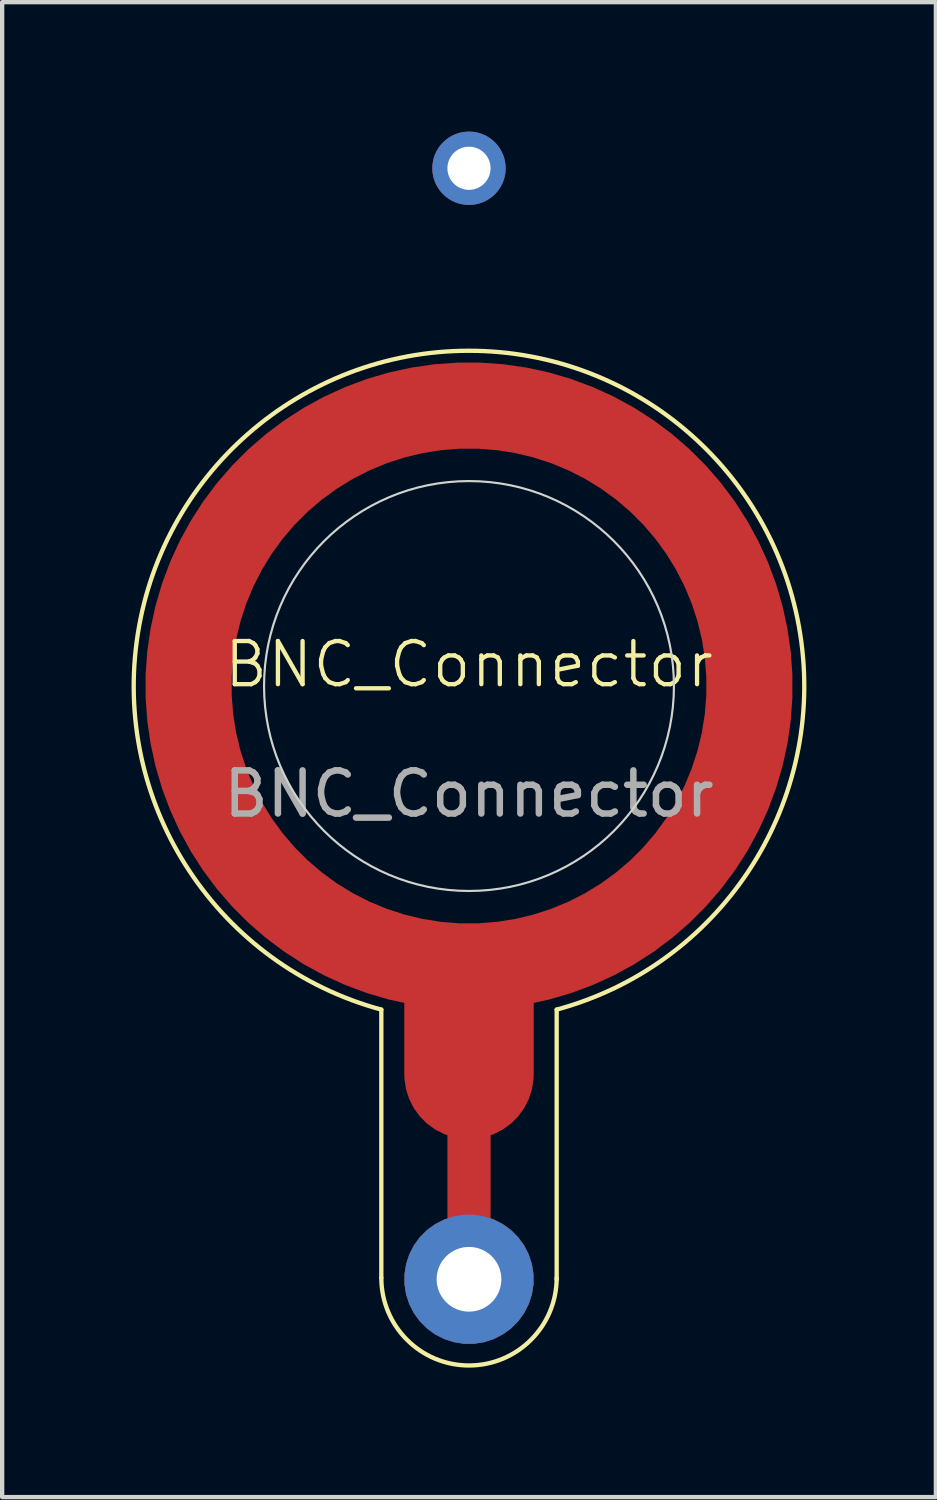
<source format=kicad_pcb>
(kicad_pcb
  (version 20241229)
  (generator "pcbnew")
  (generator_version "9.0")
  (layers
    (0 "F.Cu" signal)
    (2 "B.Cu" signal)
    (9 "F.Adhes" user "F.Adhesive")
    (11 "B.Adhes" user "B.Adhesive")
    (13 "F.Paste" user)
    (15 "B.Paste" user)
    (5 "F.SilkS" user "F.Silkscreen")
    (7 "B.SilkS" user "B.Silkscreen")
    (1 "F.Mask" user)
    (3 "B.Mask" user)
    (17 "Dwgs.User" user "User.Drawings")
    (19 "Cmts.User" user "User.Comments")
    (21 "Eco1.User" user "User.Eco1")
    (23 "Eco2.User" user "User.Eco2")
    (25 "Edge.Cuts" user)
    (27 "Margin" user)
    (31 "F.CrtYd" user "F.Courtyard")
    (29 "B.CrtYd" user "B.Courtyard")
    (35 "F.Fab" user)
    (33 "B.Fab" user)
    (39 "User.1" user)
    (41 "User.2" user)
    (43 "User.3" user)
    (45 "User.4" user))
  (footprint "BNC_Connector"
    (layer "F.Cu")
    (at 7.82 12.85)
    (property "Reference" "BNC_Connector" (at 0 -0.5 0) (unlocked yes) (layer "F.SilkS") (effects (font (size 1 1) (thickness 0.1))))
    (attr through_hole)
    (fp_line (start -2.032 13.716) (end -2.032 7.5) (stroke (width 0.1) (type default)) (layer "F.SilkS"))
    (fp_line (start 2.032 13.75) (end 2.032 7.5) (stroke (width 0.1) (type default)) (layer "F.SilkS"))
    (fp_arc (start -2.032 7.5) (mid 0 -7.770394) (end 2.032 7.5) (stroke (width 0.1) (type default)) (layer "F.SilkS"))
    (fp_arc (start 2.032 13.716) (mid 0 15.748) (end -2.032 13.716) (stroke (width 0.1) (type default)) (layer "F.SilkS"))
    (fp_circle (center 0 0) (end 4.75 0) (stroke (width 0.05) (type default)) (fill no) (layer "Edge.Cuts"))
    (fp_text user "${REFERENCE}" (at 0 2.5 0) (unlocked yes) (layer "F.Fab") (effects (font (size 1 1) (thickness 0.15))))
    (pad "1" thru_hole oval (at 0 -12) (size 1.7 1.7) (drill 1) (layers "*.Cu" "*.Mask"))
    (pad "2" smd custom (at 0 9) (size 1 1) (layers "F.Cu" "F.Mask" "F.Paste") (options (anchor circle)) (primitives (gr_line (start 0 0) (end 0 -2) (width 3)) (gr_circle (center 0 -9) (end 6.5 -9) (width 2) (fill no)) (gr_line (start 0 0) (end 0 5) (width 1))))
    (pad "2" thru_hole custom (at 0 13.75) (size 3 3) (drill 1.5) (layers "*.Cu" "*.Mask") (options (anchor circle)) (primitives)))
  (gr_rect
    (start -3 -3)
    (end 18.641 31.648)
    (stroke (width 0.1) (type default))
    (fill no)
    (layer "Edge.Cuts")))
</source>
